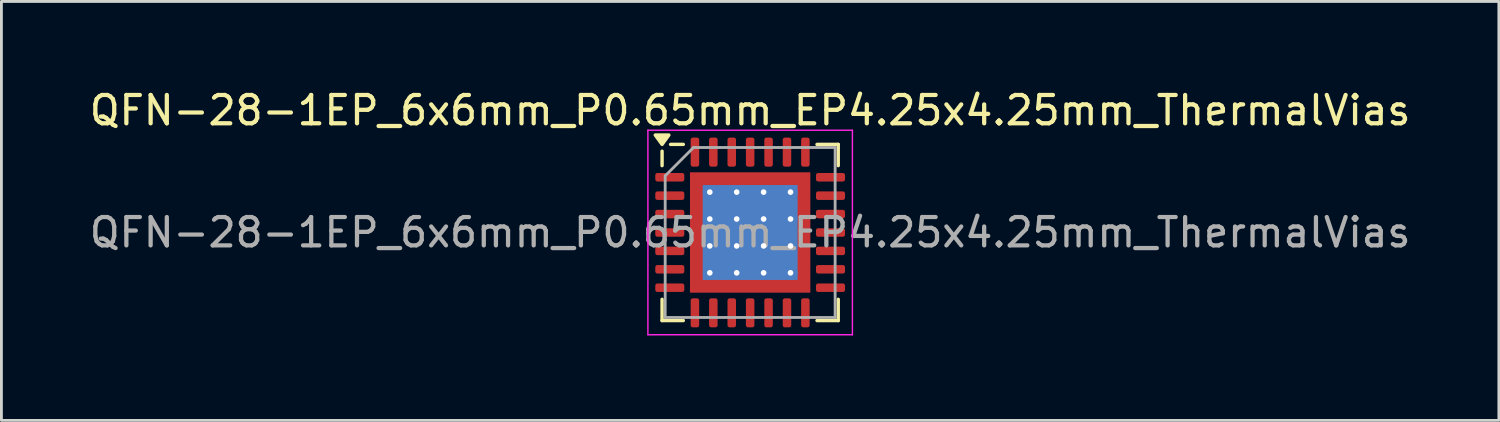
<source format=kicad_pcb>
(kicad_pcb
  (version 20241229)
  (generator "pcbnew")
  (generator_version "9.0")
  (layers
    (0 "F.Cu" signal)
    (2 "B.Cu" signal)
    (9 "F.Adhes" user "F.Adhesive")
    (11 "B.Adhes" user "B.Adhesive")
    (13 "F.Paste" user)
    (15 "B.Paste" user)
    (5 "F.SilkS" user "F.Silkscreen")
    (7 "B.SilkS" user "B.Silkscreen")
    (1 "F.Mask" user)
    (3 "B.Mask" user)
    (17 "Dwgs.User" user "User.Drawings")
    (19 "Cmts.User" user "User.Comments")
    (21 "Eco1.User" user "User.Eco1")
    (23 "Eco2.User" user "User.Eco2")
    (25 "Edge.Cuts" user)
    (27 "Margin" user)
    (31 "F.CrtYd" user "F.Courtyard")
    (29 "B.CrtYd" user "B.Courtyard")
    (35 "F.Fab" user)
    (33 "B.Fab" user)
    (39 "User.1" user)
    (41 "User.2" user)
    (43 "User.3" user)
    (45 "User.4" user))
  (footprint "QFN-28-1EP_6x6mm_P0.65mm_EP4.25x4.25mm_ThermalVias"
    (layer "F.Cu")
    (at 23.435 5.158)
    (property "Reference" "QFN-28-1EP_6x6mm_P0.65mm_EP4.25x4.25mm_ThermalVias" (at 0 -4.31 0) (layer "F.SilkS") (effects (font (size 1 1) (thickness 0.15))))
    (attr smd)
    (fp_line (start -3.11 -2.36) (end -3.11 -2.87) (stroke (width 0.12) (type solid)) (layer "F.SilkS"))
    (fp_line (start -3.11 3.11) (end -3.11 2.36) (stroke (width 0.12) (type solid)) (layer "F.SilkS"))
    (fp_line (start -2.36 -3.11) (end -2.81 -3.11) (stroke (width 0.12) (type solid)) (layer "F.SilkS"))
    (fp_line (start -2.36 3.11) (end -3.11 3.11) (stroke (width 0.12) (type solid)) (layer "F.SilkS"))
    (fp_line (start 2.36 -3.11) (end 3.11 -3.11) (stroke (width 0.12) (type solid)) (layer "F.SilkS"))
    (fp_line (start 2.36 3.11) (end 3.11 3.11) (stroke (width 0.12) (type solid)) (layer "F.SilkS"))
    (fp_line (start 3.11 -3.11) (end 3.11 -2.36) (stroke (width 0.12) (type solid)) (layer "F.SilkS"))
    (fp_line (start 3.11 3.11) (end 3.11 2.36) (stroke (width 0.12) (type solid)) (layer "F.SilkS"))
    (fp_poly (pts (xy -3.11 -3.11) (xy -3.35 -3.44) (xy -2.87 -3.44) (xy -3.11 -3.11)) (stroke (width 0.12) (type solid)) (fill yes) (layer "F.SilkS"))
    (fp_line (start -3.61 -3.61) (end -3.61 3.61) (stroke (width 0.05) (type solid)) (layer "F.CrtYd"))
    (fp_line (start -3.61 3.61) (end 3.61 3.61) (stroke (width 0.05) (type solid)) (layer "F.CrtYd"))
    (fp_line (start 3.61 -3.61) (end -3.61 -3.61) (stroke (width 0.05) (type solid)) (layer "F.CrtYd"))
    (fp_line (start 3.61 3.61) (end 3.61 -3.61) (stroke (width 0.05) (type solid)) (layer "F.CrtYd"))
    (fp_line (start -3 -2) (end -2 -3) (stroke (width 0.1) (type solid)) (layer "F.Fab"))
    (fp_line (start -3 3) (end -3 -2) (stroke (width 0.1) (type solid)) (layer "F.Fab"))
    (fp_line (start -2 -3) (end 3 -3) (stroke (width 0.1) (type solid)) (layer "F.Fab"))
    (fp_line (start 3 -3) (end 3 3) (stroke (width 0.1) (type solid)) (layer "F.Fab"))
    (fp_line (start 3 3) (end -3 3) (stroke (width 0.1) (type solid)) (layer "F.Fab"))
    (fp_text user "${REFERENCE}" (at 0 0 0) (layer "F.Fab") (effects (font (size 1 1) (thickness 0.15))))
    (pad "" smd custom (at -1.775 -1.775) (size 0.46 0.46) (layers "F.Paste") (options (anchor circle)) (primitives (gr_poly (pts (xy -0.178 -0.178) (xy 0.178 -0.178) (xy 0.178 0.092) (xy 0.092 0.178) (xy -0.178 0.178)) (width 0.208) (fill yes))))
    (pad "" smd custom (at -1.775 -0.95) (size 0.477 0.477) (layers "F.Paste") (options (anchor circle)) (primitives (gr_poly (pts (xy -0.195 -0.296) (xy 0.123 -0.296) (xy 0.195 -0.224) (xy 0.195 0.224) (xy 0.123 0.296) (xy -0.195 0.296)) (width 0.174) (fill yes))))
    (pad "" smd custom (at -1.775 0) (size 0.477 0.477) (layers "F.Paste") (options (anchor circle)) (primitives (gr_poly (pts (xy -0.195 -0.296) (xy 0.123 -0.296) (xy 0.195 -0.224) (xy 0.195 0.224) (xy 0.123 0.296) (xy -0.195 0.296)) (width 0.174) (fill yes))))
    (pad "" smd custom (at -1.775 0.95) (size 0.477 0.477) (layers "F.Paste") (options (anchor circle)) (primitives (gr_poly (pts (xy -0.195 -0.296) (xy 0.123 -0.296) (xy 0.195 -0.224) (xy 0.195 0.224) (xy 0.123 0.296) (xy -0.195 0.296)) (width 0.174) (fill yes))))
    (pad "" smd custom (at -1.775 1.775) (size 0.46 0.46) (layers "F.Paste") (options (anchor circle)) (primitives (gr_poly (pts (xy -0.178 -0.178) (xy 0.092 -0.178) (xy 0.178 -0.092) (xy 0.178 0.178) (xy -0.178 0.178)) (width 0.208) (fill yes))))
    (pad "" smd custom (at -0.95 -1.775) (size 0.477 0.477) (layers "F.Paste") (options (anchor circle)) (primitives (gr_poly (pts (xy -0.296 -0.195) (xy 0.296 -0.195) (xy 0.296 0.123) (xy 0.224 0.195) (xy -0.224 0.195) (xy -0.296 0.123)) (width 0.174) (fill yes))))
    (pad "" smd roundrect (at -0.95 -0.95) (size 0.766 0.766) (layers "F.Paste") (roundrect_rratio 0.25))
    (pad "" smd roundrect (at -0.95 0) (size 0.766 0.766) (layers "F.Paste") (roundrect_rratio 0.25))
    (pad "" smd roundrect (at -0.95 0.95) (size 0.766 0.766) (layers "F.Paste") (roundrect_rratio 0.25))
    (pad "" smd custom (at -0.95 1.775) (size 0.477 0.477) (layers "F.Paste") (options (anchor circle)) (primitives (gr_poly (pts (xy -0.296 -0.123) (xy -0.224 -0.195) (xy 0.224 -0.195) (xy 0.296 -0.123) (xy 0.296 0.195) (xy -0.296 0.195)) (width 0.174) (fill yes))))
    (pad "" smd custom (at 0 -1.775) (size 0.477 0.477) (layers "F.Paste") (options (anchor circle)) (primitives (gr_poly (pts (xy -0.296 -0.195) (xy 0.296 -0.195) (xy 0.296 0.123) (xy 0.224 0.195) (xy -0.224 0.195) (xy -0.296 0.123)) (width 0.174) (fill yes))))
    (pad "" smd roundrect (at 0 -0.95) (size 0.766 0.766) (layers "F.Paste") (roundrect_rratio 0.25))
    (pad "" smd roundrect (at 0 0) (size 0.766 0.766) (layers "F.Paste") (roundrect_rratio 0.25))
    (pad "" smd roundrect (at 0 0.95) (size 0.766 0.766) (layers "F.Paste") (roundrect_rratio 0.25))
    (pad "" smd custom (at 0 1.775) (size 0.477 0.477) (layers "F.Paste") (options (anchor circle)) (primitives (gr_poly (pts (xy -0.296 -0.123) (xy -0.224 -0.195) (xy 0.224 -0.195) (xy 0.296 -0.123) (xy 0.296 0.195) (xy -0.296 0.195)) (width 0.174) (fill yes))))
    (pad "" smd custom (at 0.95 -1.775) (size 0.477 0.477) (layers "F.Paste") (options (anchor circle)) (primitives (gr_poly (pts (xy -0.296 -0.195) (xy 0.296 -0.195) (xy 0.296 0.123) (xy 0.224 0.195) (xy -0.224 0.195) (xy -0.296 0.123)) (width 0.174) (fill yes))))
    (pad "" smd roundrect (at 0.95 -0.95) (size 0.766 0.766) (layers "F.Paste") (roundrect_rratio 0.25))
    (pad "" smd roundrect (at 0.95 0) (size 0.766 0.766) (layers "F.Paste") (roundrect_rratio 0.25))
    (pad "" smd roundrect (at 0.95 0.95) (size 0.766 0.766) (layers "F.Paste") (roundrect_rratio 0.25))
    (pad "" smd custom (at 0.95 1.775) (size 0.477 0.477) (layers "F.Paste") (options (anchor circle)) (primitives (gr_poly (pts (xy -0.296 -0.123) (xy -0.224 -0.195) (xy 0.224 -0.195) (xy 0.296 -0.123) (xy 0.296 0.195) (xy -0.296 0.195)) (width 0.174) (fill yes))))
    (pad "" smd custom (at 1.775 -1.775) (size 0.46 0.46) (layers "F.Paste") (options (anchor circle)) (primitives (gr_poly (pts (xy -0.178 -0.178) (xy 0.178 -0.178) (xy 0.178 0.178) (xy -0.092 0.178) (xy -0.178 0.092)) (width 0.208) (fill yes))))
    (pad "" smd custom (at 1.775 -0.95) (size 0.477 0.477) (layers "F.Paste") (options (anchor circle)) (primitives (gr_poly (pts (xy -0.195 -0.224) (xy -0.123 -0.296) (xy 0.195 -0.296) (xy 0.195 0.296) (xy -0.123 0.296) (xy -0.195 0.224)) (width 0.174) (fill yes))))
    (pad "" smd custom (at 1.775 0) (size 0.477 0.477) (layers "F.Paste") (options (anchor circle)) (primitives (gr_poly (pts (xy -0.195 -0.224) (xy -0.123 -0.296) (xy 0.195 -0.296) (xy 0.195 0.296) (xy -0.123 0.296) (xy -0.195 0.224)) (width 0.174) (fill yes))))
    (pad "" smd custom (at 1.775 0.95) (size 0.477 0.477) (layers "F.Paste") (options (anchor circle)) (primitives (gr_poly (pts (xy -0.195 -0.224) (xy -0.123 -0.296) (xy 0.195 -0.296) (xy 0.195 0.296) (xy -0.123 0.296) (xy -0.195 0.224)) (width 0.174) (fill yes))))
    (pad "" smd custom (at 1.775 1.775) (size 0.46 0.46) (layers "F.Paste") (options (anchor circle)) (primitives (gr_poly (pts (xy -0.178 -0.092) (xy -0.092 -0.178) (xy 0.178 -0.178) (xy 0.178 0.178) (xy -0.178 0.178)) (width 0.208) (fill yes))))
    (pad "1" smd roundrect (at -2.837 -1.95) (size 1.025 0.3) (layers "F.Cu" "F.Mask" "F.Paste") (roundrect_rratio 0.25))
    (pad "2" smd roundrect (at -2.837 -1.3) (size 1.025 0.3) (layers "F.Cu" "F.Mask" "F.Paste") (roundrect_rratio 0.25))
    (pad "3" smd roundrect (at -2.837 -0.65) (size 1.025 0.3) (layers "F.Cu" "F.Mask" "F.Paste") (roundrect_rratio 0.25))
    (pad "4" smd roundrect (at -2.837 0) (size 1.025 0.3) (layers "F.Cu" "F.Mask" "F.Paste") (roundrect_rratio 0.25))
    (pad "5" smd roundrect (at -2.837 0.65) (size 1.025 0.3) (layers "F.Cu" "F.Mask" "F.Paste") (roundrect_rratio 0.25))
    (pad "6" smd roundrect (at -2.837 1.3) (size 1.025 0.3) (layers "F.Cu" "F.Mask" "F.Paste") (roundrect_rratio 0.25))
    (pad "7" smd roundrect (at -2.837 1.95) (size 1.025 0.3) (layers "F.Cu" "F.Mask" "F.Paste") (roundrect_rratio 0.25))
    (pad "8" smd roundrect (at -1.95 2.837) (size 0.3 1.025) (layers "F.Cu" "F.Mask" "F.Paste") (roundrect_rratio 0.25))
    (pad "9" smd roundrect (at -1.3 2.837) (size 0.3 1.025) (layers "F.Cu" "F.Mask" "F.Paste") (roundrect_rratio 0.25))
    (pad "10" smd roundrect (at -0.65 2.837) (size 0.3 1.025) (layers "F.Cu" "F.Mask" "F.Paste") (roundrect_rratio 0.25))
    (pad "11" smd roundrect (at 0 2.837) (size 0.3 1.025) (layers "F.Cu" "F.Mask" "F.Paste") (roundrect_rratio 0.25))
    (pad "12" smd roundrect (at 0.65 2.837) (size 0.3 1.025) (layers "F.Cu" "F.Mask" "F.Paste") (roundrect_rratio 0.25))
    (pad "13" smd roundrect (at 1.3 2.837) (size 0.3 1.025) (layers "F.Cu" "F.Mask" "F.Paste") (roundrect_rratio 0.25))
    (pad "14" smd roundrect (at 1.95 2.837) (size 0.3 1.025) (layers "F.Cu" "F.Mask" "F.Paste") (roundrect_rratio 0.25))
    (pad "15" smd roundrect (at 2.837 1.95) (size 1.025 0.3) (layers "F.Cu" "F.Mask" "F.Paste") (roundrect_rratio 0.25))
    (pad "16" smd roundrect (at 2.837 1.3) (size 1.025 0.3) (layers "F.Cu" "F.Mask" "F.Paste") (roundrect_rratio 0.25))
    (pad "17" smd roundrect (at 2.837 0.65) (size 1.025 0.3) (layers "F.Cu" "F.Mask" "F.Paste") (roundrect_rratio 0.25))
    (pad "18" smd roundrect (at 2.837 0) (size 1.025 0.3) (layers "F.Cu" "F.Mask" "F.Paste") (roundrect_rratio 0.25))
    (pad "19" smd roundrect (at 2.837 -0.65) (size 1.025 0.3) (layers "F.Cu" "F.Mask" "F.Paste") (roundrect_rratio 0.25))
    (pad "20" smd roundrect (at 2.837 -1.3) (size 1.025 0.3) (layers "F.Cu" "F.Mask" "F.Paste") (roundrect_rratio 0.25))
    (pad "21" smd roundrect (at 2.837 -1.95) (size 1.025 0.3) (layers "F.Cu" "F.Mask" "F.Paste") (roundrect_rratio 0.25))
    (pad "22" smd roundrect (at 1.95 -2.837) (size 0.3 1.025) (layers "F.Cu" "F.Mask" "F.Paste") (roundrect_rratio 0.25))
    (pad "23" smd roundrect (at 1.3 -2.837) (size 0.3 1.025) (layers "F.Cu" "F.Mask" "F.Paste") (roundrect_rratio 0.25))
    (pad "24" smd roundrect (at 0.65 -2.837) (size 0.3 1.025) (layers "F.Cu" "F.Mask" "F.Paste") (roundrect_rratio 0.25))
    (pad "25" smd roundrect (at 0 -2.837) (size 0.3 1.025) (layers "F.Cu" "F.Mask" "F.Paste") (roundrect_rratio 0.25))
    (pad "26" smd roundrect (at -0.65 -2.837) (size 0.3 1.025) (layers "F.Cu" "F.Mask" "F.Paste") (roundrect_rratio 0.25))
    (pad "27" smd roundrect (at -1.3 -2.837) (size 0.3 1.025) (layers "F.Cu" "F.Mask" "F.Paste") (roundrect_rratio 0.25))
    (pad "28" smd roundrect (at -1.95 -2.837) (size 0.3 1.025) (layers "F.Cu" "F.Mask" "F.Paste") (roundrect_rratio 0.25))
    (pad "29" thru_hole circle (at -1.425 -1.425) (size 0.5 0.5) (drill 0.2) (property pad_prop_heatsink) (layers "*.Cu"))
    (pad "29" thru_hole circle (at -1.425 -0.475) (size 0.5 0.5) (drill 0.2) (property pad_prop_heatsink) (layers "*.Cu"))
    (pad "29" thru_hole circle (at -1.425 0.475) (size 0.5 0.5) (drill 0.2) (property pad_prop_heatsink) (layers "*.Cu"))
    (pad "29" thru_hole circle (at -1.425 1.425) (size 0.5 0.5) (drill 0.2) (property pad_prop_heatsink) (layers "*.Cu"))
    (pad "29" thru_hole circle (at -0.475 -1.425) (size 0.5 0.5) (drill 0.2) (property pad_prop_heatsink) (layers "*.Cu"))
    (pad "29" thru_hole circle (at -0.475 -0.475) (size 0.5 0.5) (drill 0.2) (property pad_prop_heatsink) (layers "*.Cu"))
    (pad "29" thru_hole circle (at -0.475 0.475) (size 0.5 0.5) (drill 0.2) (property pad_prop_heatsink) (layers "*.Cu"))
    (pad "29" thru_hole circle (at -0.475 1.425) (size 0.5 0.5) (drill 0.2) (property pad_prop_heatsink) (layers "*.Cu"))
    (pad "29" smd rect (at 0 0) (size 3.35 3.35) (property pad_prop_heatsink) (layers "B.Cu"))
    (pad "29" smd rect (at 0 0) (size 4.25 4.25) (property pad_prop_heatsink) (layers "F.Cu" "F.Mask"))
    (pad "29" thru_hole circle (at 0.475 -1.425) (size 0.5 0.5) (drill 0.2) (property pad_prop_heatsink) (layers "*.Cu"))
    (pad "29" thru_hole circle (at 0.475 -0.475) (size 0.5 0.5) (drill 0.2) (property pad_prop_heatsink) (layers "*.Cu"))
    (pad "29" thru_hole circle (at 0.475 0.475) (size 0.5 0.5) (drill 0.2) (property pad_prop_heatsink) (layers "*.Cu"))
    (pad "29" thru_hole circle (at 0.475 1.425) (size 0.5 0.5) (drill 0.2) (property pad_prop_heatsink) (layers "*.Cu"))
    (pad "29" thru_hole circle (at 1.425 -1.425) (size 0.5 0.5) (drill 0.2) (property pad_prop_heatsink) (layers "*.Cu"))
    (pad "29" thru_hole circle (at 1.425 -0.475) (size 0.5 0.5) (drill 0.2) (property pad_prop_heatsink) (layers "*.Cu"))
    (pad "29" thru_hole circle (at 1.425 0.475) (size 0.5 0.5) (drill 0.2) (property pad_prop_heatsink) (layers "*.Cu"))
    (pad "29" thru_hole circle (at 1.425 1.425) (size 0.5 0.5) (drill 0.2) (property pad_prop_heatsink) (layers "*.Cu")))
  (gr_rect
    (start -3 -3)
    (end 49.869 11.793)
    (stroke (width 0.1) (type default))
    (fill no)
    (layer "Edge.Cuts")))
</source>
